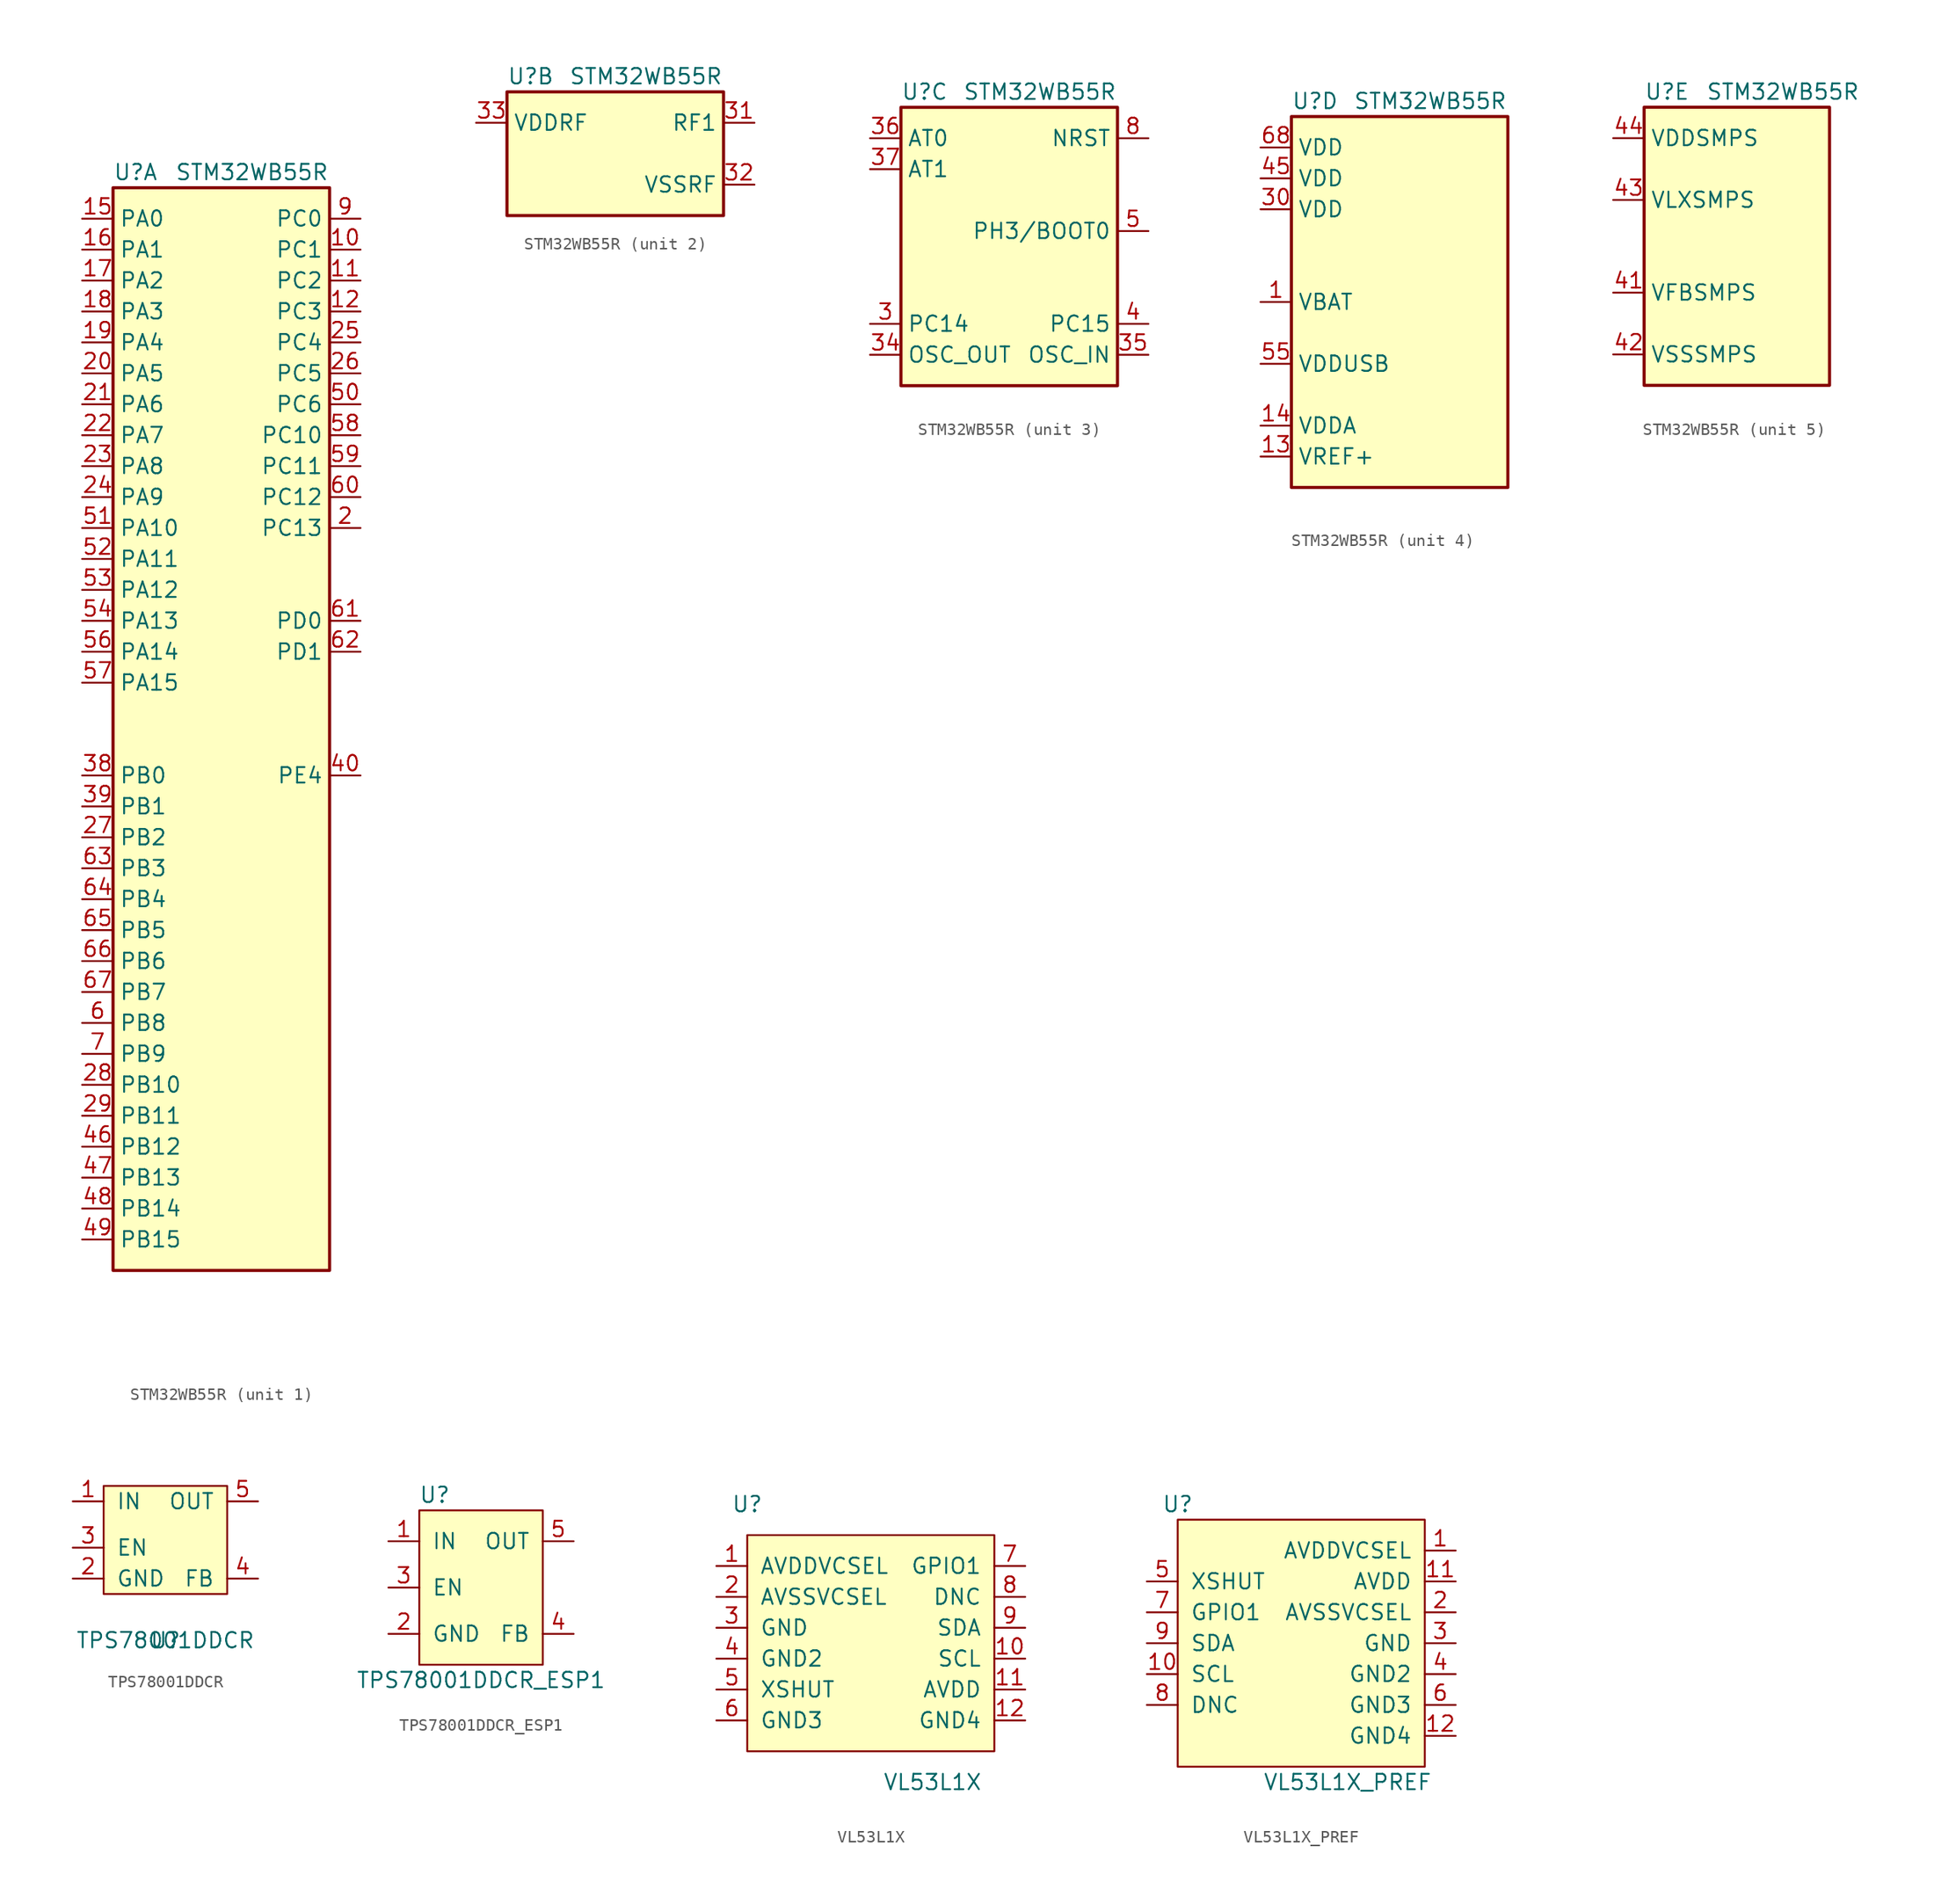
<source format=kicad_sym>
(kicad_symbol_lib
  (version 20220914)
  (generator kicad_symbol_editor)
  (symbol "STM32WB55R"
    (property "Reference" "U"
      (at -12.7 31.75 0)
      (effects (font (size 1.27 1.27)) (justify left)))
    (property "Value" "STM32WB55R"
      (at -7.62 31.75 0)
      (effects (font (size 1.27 1.27)) (justify left)))
    (property "ki_locked" ""
      (at 0 0 0)
      (effects (font (size 1.27 1.27))))
    (symbol "STM32WB55R_1_1"
      (rectangle (start -12.7 30.48) (end 5.08 -58.42) (stroke (width 0.254) (type solid)) (fill (type background)))
      (pin bidirectional line (at 7.62 25.4 180) (length 2.54) (name "PC1" (effects (font (size 1.27 1.27)))) (number "10" (effects (font (size 1.27 1.27)))))
      (pin bidirectional line (at 7.62 22.86 180) (length 2.54) (name "PC2" (effects (font (size 1.27 1.27)))) (number "11" (effects (font (size 1.27 1.27)))))
      (pin bidirectional line (at 7.62 20.32 180) (length 2.54) (name "PC3" (effects (font (size 1.27 1.27)))) (number "12" (effects (font (size 1.27 1.27)))))
      (pin bidirectional line (at -15.24 27.94 0) (length 2.54) (name "PA0" (effects (font (size 1.27 1.27)))) (number "15" (effects (font (size 1.27 1.27)))))
      (pin bidirectional line (at -15.24 25.4 0) (length 2.54) (name "PA1" (effects (font (size 1.27 1.27)))) (number "16" (effects (font (size 1.27 1.27)))))
      (pin bidirectional line (at -15.24 22.86 0) (length 2.54) (name "PA2" (effects (font (size 1.27 1.27)))) (number "17" (effects (font (size 1.27 1.27)))))
      (pin bidirectional line (at -15.24 20.32 0) (length 2.54) (name "PA3" (effects (font (size 1.27 1.27)))) (number "18" (effects (font (size 1.27 1.27)))))
      (pin bidirectional line (at -15.24 17.78 0) (length 2.54) (name "PA4" (effects (font (size 1.27 1.27)))) (number "19" (effects (font (size 1.27 1.27)))))
      (pin bidirectional line (at 7.62 2.54 180) (length 2.54) (name "PC13" (effects (font (size 1.27 1.27)))) (number "2" (effects (font (size 1.27 1.27)))))
      (pin bidirectional line (at -15.24 15.24 0) (length 2.54) (name "PA5" (effects (font (size 1.27 1.27)))) (number "20" (effects (font (size 1.27 1.27)))))
      (pin bidirectional line (at -15.24 12.7 0) (length 2.54) (name "PA6" (effects (font (size 1.27 1.27)))) (number "21" (effects (font (size 1.27 1.27)))))
      (pin bidirectional line (at -15.24 10.16 0) (length 2.54) (name "PA7" (effects (font (size 1.27 1.27)))) (number "22" (effects (font (size 1.27 1.27)))))
      (pin bidirectional line (at -15.24 7.62 0) (length 2.54) (name "PA8" (effects (font (size 1.27 1.27)))) (number "23" (effects (font (size 1.27 1.27)))))
      (pin bidirectional line (at -15.24 5.08 0) (length 2.54) (name "PA9" (effects (font (size 1.27 1.27)))) (number "24" (effects (font (size 1.27 1.27)))))
      (pin bidirectional line (at 7.62 17.78 180) (length 2.54) (name "PC4" (effects (font (size 1.27 1.27)))) (number "25" (effects (font (size 1.27 1.27)))))
      (pin bidirectional line (at 7.62 15.24 180) (length 2.54) (name "PC5" (effects (font (size 1.27 1.27)))) (number "26" (effects (font (size 1.27 1.27)))))
      (pin bidirectional line (at -15.24 -22.86 0) (length 2.54) (name "PB2" (effects (font (size 1.27 1.27)))) (number "27" (effects (font (size 1.27 1.27)))))
      (pin bidirectional line (at -15.24 -43.18 0) (length 2.54) (name "PB10" (effects (font (size 1.27 1.27)))) (number "28" (effects (font (size 1.27 1.27)))))
      (pin bidirectional line (at -15.24 -45.72 0) (length 2.54) (name "PB11" (effects (font (size 1.27 1.27)))) (number "29" (effects (font (size 1.27 1.27)))))
      (pin bidirectional line (at -15.24 -17.78 0) (length 2.54) (name "PB0" (effects (font (size 1.27 1.27)))) (number "38" (effects (font (size 1.27 1.27)))))
      (pin bidirectional line (at -15.24 -20.32 0) (length 2.54) (name "PB1" (effects (font (size 1.27 1.27)))) (number "39" (effects (font (size 1.27 1.27)))))
      (pin bidirectional line (at 7.62 -17.78 180) (length 2.54) (name "PE4" (effects (font (size 1.27 1.27)))) (number "40" (effects (font (size 1.27 1.27)))))
      (pin bidirectional line (at -15.24 -48.26 0) (length 2.54) (name "PB12" (effects (font (size 1.27 1.27)))) (number "46" (effects (font (size 1.27 1.27)))))
      (pin bidirectional line (at -15.24 -50.8 0) (length 2.54) (name "PB13" (effects (font (size 1.27 1.27)))) (number "47" (effects (font (size 1.27 1.27)))))
      (pin bidirectional line (at -15.24 -53.34 0) (length 2.54) (name "PB14" (effects (font (size 1.27 1.27)))) (number "48" (effects (font (size 1.27 1.27)))))
      (pin bidirectional line (at -15.24 -55.88 0) (length 2.54) (name "PB15" (effects (font (size 1.27 1.27)))) (number "49" (effects (font (size 1.27 1.27)))))
      (pin bidirectional line (at 7.62 12.7 180) (length 2.54) (name "PC6" (effects (font (size 1.27 1.27)))) (number "50" (effects (font (size 1.27 1.27)))))
      (pin bidirectional line (at -15.24 2.54 0) (length 2.54) (name "PA10" (effects (font (size 1.27 1.27)))) (number "51" (effects (font (size 1.27 1.27)))))
      (pin bidirectional line (at -15.24 0 0) (length 2.54) (name "PA11" (effects (font (size 1.27 1.27)))) (number "52" (effects (font (size 1.27 1.27)))))
      (pin bidirectional line (at -15.24 -2.54 0) (length 2.54) (name "PA12" (effects (font (size 1.27 1.27)))) (number "53" (effects (font (size 1.27 1.27)))))
      (pin bidirectional line (at -15.24 -5.08 0) (length 2.54) (name "PA13" (effects (font (size 1.27 1.27)))) (number "54" (effects (font (size 1.27 1.27)))))
      (pin bidirectional line (at -15.24 -7.62 0) (length 2.54) (name "PA14" (effects (font (size 1.27 1.27)))) (number "56" (effects (font (size 1.27 1.27)))))
      (pin bidirectional line (at -15.24 -10.16 0) (length 2.54) (name "PA15" (effects (font (size 1.27 1.27)))) (number "57" (effects (font (size 1.27 1.27)))))
      (pin bidirectional line (at 7.62 10.16 180) (length 2.54) (name "PC10" (effects (font (size 1.27 1.27)))) (number "58" (effects (font (size 1.27 1.27)))))
      (pin bidirectional line (at 7.62 7.62 180) (length 2.54) (name "PC11" (effects (font (size 1.27 1.27)))) (number "59" (effects (font (size 1.27 1.27)))))
      (pin bidirectional line (at -15.24 -38.1 0) (length 2.54) (name "PB8" (effects (font (size 1.27 1.27)))) (number "6" (effects (font (size 1.27 1.27)))))
      (pin bidirectional line (at 7.62 5.08 180) (length 2.54) (name "PC12" (effects (font (size 1.27 1.27)))) (number "60" (effects (font (size 1.27 1.27)))))
      (pin bidirectional line (at 7.62 -5.08 180) (length 2.54) (name "PD0" (effects (font (size 1.27 1.27)))) (number "61" (effects (font (size 1.27 1.27)))))
      (pin bidirectional line (at 7.62 -7.62 180) (length 2.54) (name "PD1" (effects (font (size 1.27 1.27)))) (number "62" (effects (font (size 1.27 1.27)))))
      (pin bidirectional line (at -15.24 -25.4 0) (length 2.54) (name "PB3" (effects (font (size 1.27 1.27)))) (number "63" (effects (font (size 1.27 1.27)))))
      (pin bidirectional line (at -15.24 -27.94 0) (length 2.54) (name "PB4" (effects (font (size 1.27 1.27)))) (number "64" (effects (font (size 1.27 1.27)))))
      (pin bidirectional line (at -15.24 -30.48 0) (length 2.54) (name "PB5" (effects (font (size 1.27 1.27)))) (number "65" (effects (font (size 1.27 1.27)))))
      (pin bidirectional line (at -15.24 -33.02 0) (length 2.54) (name "PB6" (effects (font (size 1.27 1.27)))) (number "66" (effects (font (size 1.27 1.27)))))
      (pin bidirectional line (at -15.24 -35.56 0) (length 2.54) (name "PB7" (effects (font (size 1.27 1.27)))) (number "67" (effects (font (size 1.27 1.27)))))
      (pin bidirectional line (at -15.24 -40.64 0) (length 2.54) (name "PB9" (effects (font (size 1.27 1.27)))) (number "7" (effects (font (size 1.27 1.27)))))
      (pin bidirectional line (at 7.62 27.94 180) (length 2.54) (name "PC0" (effects (font (size 1.27 1.27)))) (number "9" (effects (font (size 1.27 1.27))))))
    (symbol "STM32WB55R_2_1"
      (rectangle (start -12.7 20.32) (end 5.08 30.48) (stroke (width 0.254) (type solid)) (fill (type background)))
      (pin passive line (at 7.62 27.94 180) (length 2.54) (name "RF1" (effects (font (size 1.27 1.27)))) (number "31" (effects (font (size 1.27 1.27)))))
      (pin power_in line (at 7.62 22.86 180) (length 2.54) (name "VSSRF" (effects (font (size 1.27 1.27)))) (number "32" (effects (font (size 1.27 1.27)))))
      (pin power_in line (at -15.24 27.94 0) (length 2.54) (name "VDDRF" (effects (font (size 1.27 1.27)))) (number "33" (effects (font (size 1.27 1.27))))))
    (symbol "STM32WB55R_3_1"
      (rectangle (start -12.7 30.48) (end 5.08 7.62) (stroke (width 0.254) (type solid)) (fill (type background)))
      (pin bidirectional line (at -15.24 12.7 0) (length 2.54) (name "PC14" (effects (font (size 1.27 1.27)))) (number "3" (effects (font (size 1.27 1.27)))))
      (pin output line (at -15.24 10.16 0) (length 2.54) (name "OSC_OUT" (effects (font (size 1.27 1.27)))) (number "34" (effects (font (size 1.27 1.27)))))
      (pin input line (at 7.62 10.16 180) (length 2.54) (name "OSC_IN" (effects (font (size 1.27 1.27)))) (number "35" (effects (font (size 1.27 1.27)))))
      (pin passive line (at -15.24 27.94 0) (length 2.54) (name "AT0" (effects (font (size 1.27 1.27)))) (number "36" (effects (font (size 1.27 1.27)))))
      (pin passive line (at -15.24 25.4 0) (length 2.54) (name "AT1" (effects (font (size 1.27 1.27)))) (number "37" (effects (font (size 1.27 1.27)))))
      (pin bidirectional line (at 7.62 12.7 180) (length 2.54) (name "PC15" (effects (font (size 1.27 1.27)))) (number "4" (effects (font (size 1.27 1.27)))))
      (pin bidirectional line (at 7.62 20.32 180) (length 2.54) (name "PH3/BOOT0" (effects (font (size 1.27 1.27)))) (number "5" (effects (font (size 1.27 1.27)))))
      (pin input line (at 7.62 27.94 180) (length 2.54) (name "NRST" (effects (font (size 1.27 1.27)))) (number "8" (effects (font (size 1.27 1.27))))))
    (symbol "STM32WB55R_4_1"
      (rectangle (start -12.7 30.48) (end 5.08 0) (stroke (width 0.254) (type solid)) (fill (type background)))
      (pin bidirectional line (at -15.24 15.24 0) (length 2.54) (name "VBAT" (effects (font (size 1.27 1.27)))) (number "1" (effects (font (size 1.27 1.27)))))
      (pin power_in line (at -15.24 2.54 0) (length 2.54) (name "VREF+" (effects (font (size 1.27 1.27)))) (number "13" (effects (font (size 1.27 1.27)))))
      (pin power_in line (at -15.24 5.08 0) (length 2.54) (name "VDDA" (effects (font (size 1.27 1.27)))) (number "14" (effects (font (size 1.27 1.27)))))
      (pin power_in line (at -15.24 22.86 0) (length 2.54) (name "VDD" (effects (font (size 1.27 1.27)))) (number "30" (effects (font (size 1.27 1.27)))))
      (pin power_in line (at -15.24 25.4 0) (length 2.54) (name "VDD" (effects (font (size 1.27 1.27)))) (number "45" (effects (font (size 1.27 1.27)))))
      (pin power_in line (at -15.24 10.16 0) (length 2.54) (name "VDDUSB" (effects (font (size 1.27 1.27)))) (number "55" (effects (font (size 1.27 1.27)))))
      (pin power_in line (at -15.24 27.94 0) (length 2.54) (name "VDD" (effects (font (size 1.27 1.27)))) (number "68" (effects (font (size 1.27 1.27))))))
    (symbol "STM32WB55R_5_1"
      (rectangle (start -12.7 30.48) (end 2.54 7.62) (stroke (width 0.254) (type solid)) (fill (type background)))
      (pin power_in line (at -15.24 15.24 0) (length 2.54) (name "VFBSMPS" (effects (font (size 1.27 1.27)))) (number "41" (effects (font (size 1.27 1.27)))))
      (pin power_in line (at -15.24 10.16 0) (length 2.54) (name "VSSSMPS" (effects (font (size 1.27 1.27)))) (number "42" (effects (font (size 1.27 1.27)))))
      (pin power_in line (at -15.24 22.86 0) (length 2.54) (name "VLXSMPS" (effects (font (size 1.27 1.27)))) (number "43" (effects (font (size 1.27 1.27)))))
      (pin power_in line (at -15.24 27.94 0) (length 2.54) (name "VDDSMPS" (effects (font (size 1.27 1.27)))) (number "44" (effects (font (size 1.27 1.27)))))))
  (symbol "TPS78001DDCR"
    (pin_names
      (offset 1.016))
    (property "Reference" "U"
      (at 0 0 0)
      (effects (font (size 1.27 1.27))))
    (property "Value" "TPS78001DDCR"
      (at 0 0 0)
      (effects (font (size 1.27 1.27))))
    (symbol "TPS78001DDCR_0_1"
      (rectangle (start -5.08 12.7) (end 5.08 3.81) (stroke (width 0) (type solid)) (fill (type background))))
    (symbol "TPS78001DDCR_1_1"
      (pin power_in line (at -7.62 11.43 0) (length 2.54) (name "IN" (effects (font (size 1.27 1.27)))) (number "1" (effects (font (size 1.27 1.27)))))
      (pin power_in line (at -7.62 5.08 0) (length 2.54) (name "GND" (effects (font (size 1.27 1.27)))) (number "2" (effects (font (size 1.27 1.27)))))
      (pin input line (at -7.62 7.62 0) (length 2.54) (name "EN" (effects (font (size 1.27 1.27)))) (number "3" (effects (font (size 1.27 1.27)))))
      (pin passive line (at 7.62 5.08 180) (length 2.54) (name "FB" (effects (font (size 1.27 1.27)))) (number "4" (effects (font (size 1.27 1.27)))))
      (pin power_out line (at 7.62 11.43 180) (length 2.54) (name "OUT" (effects (font (size 1.27 1.27)))) (number "5" (effects (font (size 1.27 1.27)))))))
  (symbol "TPS78001DDCR_ESP1"
    (pin_names
      (offset 1.016))
    (property "Reference" "U"
      (at -3.81 17.78 0)
      (effects (font (size 1.27 1.27))))
    (property "Value" "TPS78001DDCR_ESP1"
      (at 0 2.54 0)
      (effects (font (size 1.27 1.27))))
    (symbol "TPS78001DDCR_ESP1_0_1"
      (rectangle (start -5.08 16.51) (end 5.08 3.81) (stroke (width 0) (type solid)) (fill (type background))))
    (symbol "TPS78001DDCR_ESP1_1_1"
      (pin power_in line (at -7.62 13.97 0) (length 2.54) (name "IN" (effects (font (size 1.27 1.27)))) (number "1" (effects (font (size 1.27 1.27)))))
      (pin power_in line (at -7.62 6.35 0) (length 2.54) (name "GND" (effects (font (size 1.27 1.27)))) (number "2" (effects (font (size 1.27 1.27)))))
      (pin input line (at -7.62 10.16 0) (length 2.54) (name "EN" (effects (font (size 1.27 1.27)))) (number "3" (effects (font (size 1.27 1.27)))))
      (pin passive line (at 7.62 6.35 180) (length 2.54) (name "FB" (effects (font (size 1.27 1.27)))) (number "4" (effects (font (size 1.27 1.27)))))
      (pin power_out line (at 7.62 13.97 180) (length 2.54) (name "OUT" (effects (font (size 1.27 1.27)))) (number "5" (effects (font (size 1.27 1.27)))))))
  (symbol "VL53L1X"
    (pin_names
      (offset 1.016))
    (property "Reference" "U"
      (at -10.16 20.32 0)
      (effects (font (size 1.27 1.27))))
    (property "Value" "VL53L1X"
      (at 5.08 -2.54 0)
      (effects (font (size 1.27 1.27))))
    (symbol "VL53L1X_0_1"
      (rectangle (start -10.16 17.78) (end 10.16 0) (stroke (width 0) (type solid)) (fill (type background)))
      (pin power_in line (at -12.7 15.24 0) (length 2.54) (name "AVDDVCSEL" (effects (font (size 1.27 1.27)))) (number "1" (effects (font (size 1.27 1.27)))))
      (pin input line (at 12.7 7.62 180) (length 2.54) (name "SCL" (effects (font (size 1.27 1.27)))) (number "10" (effects (font (size 1.27 1.27)))))
      (pin power_in line (at 12.7 5.08 180) (length 2.54) (name "AVDD" (effects (font (size 1.27 1.27)))) (number "11" (effects (font (size 1.27 1.27)))))
      (pin power_out line (at 12.7 2.54 180) (length 2.54) (name "GND4" (effects (font (size 1.27 1.27)))) (number "12" (effects (font (size 1.27 1.27)))))
      (pin power_out line (at -12.7 12.7 0) (length 2.54) (name "AVSSVCSEL" (effects (font (size 1.27 1.27)))) (number "2" (effects (font (size 1.27 1.27)))))
      (pin power_out line (at -12.7 10.16 0) (length 2.54) (name "GND" (effects (font (size 1.27 1.27)))) (number "3" (effects (font (size 1.27 1.27)))))
      (pin power_out line (at -12.7 7.62 0) (length 2.54) (name "GND2" (effects (font (size 1.27 1.27)))) (number "4" (effects (font (size 1.27 1.27)))))
      (pin input line (at -12.7 5.08 0) (length 2.54) (name "XSHUT" (effects (font (size 1.27 1.27)))) (number "5" (effects (font (size 1.27 1.27)))))
      (pin power_out line (at -12.7 2.54 0) (length 2.54) (name "GND3" (effects (font (size 1.27 1.27)))) (number "6" (effects (font (size 1.27 1.27)))))
      (pin output line (at 12.7 15.24 180) (length 2.54) (name "GPIO1" (effects (font (size 1.27 1.27)))) (number "7" (effects (font (size 1.27 1.27)))))
      (pin input line (at 12.7 12.7 180) (length 2.54) (name "DNC" (effects (font (size 1.27 1.27)))) (number "8" (effects (font (size 1.27 1.27)))))
      (pin bidirectional line (at 12.7 10.16 180) (length 2.54) (name "SDA" (effects (font (size 1.27 1.27)))) (number "9" (effects (font (size 1.27 1.27)))))))
  (symbol "VL53L1X_PREF"
    (pin_names
      (offset 1.016))
    (property "Reference" "U"
      (at -10.16 21.59 0)
      (effects (font (size 1.27 1.27))))
    (property "Value" "VL53L1X_PREF"
      (at 3.81 -1.27 0)
      (effects (font (size 1.27 1.27))))
    (symbol "VL53L1X_PREF_0_1"
      (rectangle (start -10.16 20.32) (end 10.16 0) (stroke (width 0) (type solid)) (fill (type background)))
      (pin power_in line (at 12.7 17.78 180) (length 2.54) (name "AVDDVCSEL" (effects (font (size 1.27 1.27)))) (number "1" (effects (font (size 1.27 1.27)))))
      (pin input line (at -12.7 7.62 0) (length 2.54) (name "SCL" (effects (font (size 1.27 1.27)))) (number "10" (effects (font (size 1.27 1.27)))))
      (pin power_in line (at 12.7 15.24 180) (length 2.54) (name "AVDD" (effects (font (size 1.27 1.27)))) (number "11" (effects (font (size 1.27 1.27)))))
      (pin power_in line (at 12.7 2.54 180) (length 2.54) (name "GND4" (effects (font (size 1.27 1.27)))) (number "12" (effects (font (size 1.27 1.27)))))
      (pin power_in line (at 12.7 12.7 180) (length 2.54) (name "AVSSVCSEL" (effects (font (size 1.27 1.27)))) (number "2" (effects (font (size 1.27 1.27)))))
      (pin power_in line (at 12.7 10.16 180) (length 2.54) (name "GND" (effects (font (size 1.27 1.27)))) (number "3" (effects (font (size 1.27 1.27)))))
      (pin power_in line (at 12.7 7.62 180) (length 2.54) (name "GND2" (effects (font (size 1.27 1.27)))) (number "4" (effects (font (size 1.27 1.27)))))
      (pin input line (at -12.7 15.24 0) (length 2.54) (name "XSHUT" (effects (font (size 1.27 1.27)))) (number "5" (effects (font (size 1.27 1.27)))))
      (pin power_in line (at 12.7 5.08 180) (length 2.54) (name "GND3" (effects (font (size 1.27 1.27)))) (number "6" (effects (font (size 1.27 1.27)))))
      (pin output line (at -12.7 12.7 0) (length 2.54) (name "GPIO1" (effects (font (size 1.27 1.27)))) (number "7" (effects (font (size 1.27 1.27)))))
      (pin input line (at -12.7 5.08 0) (length 2.54) (name "DNC" (effects (font (size 1.27 1.27)))) (number "8" (effects (font (size 1.27 1.27)))))
      (pin bidirectional line (at -12.7 10.16 0) (length 2.54) (name "SDA" (effects (font (size 1.27 1.27)))) (number "9" (effects (font (size 1.27 1.27))))))))
</source>
